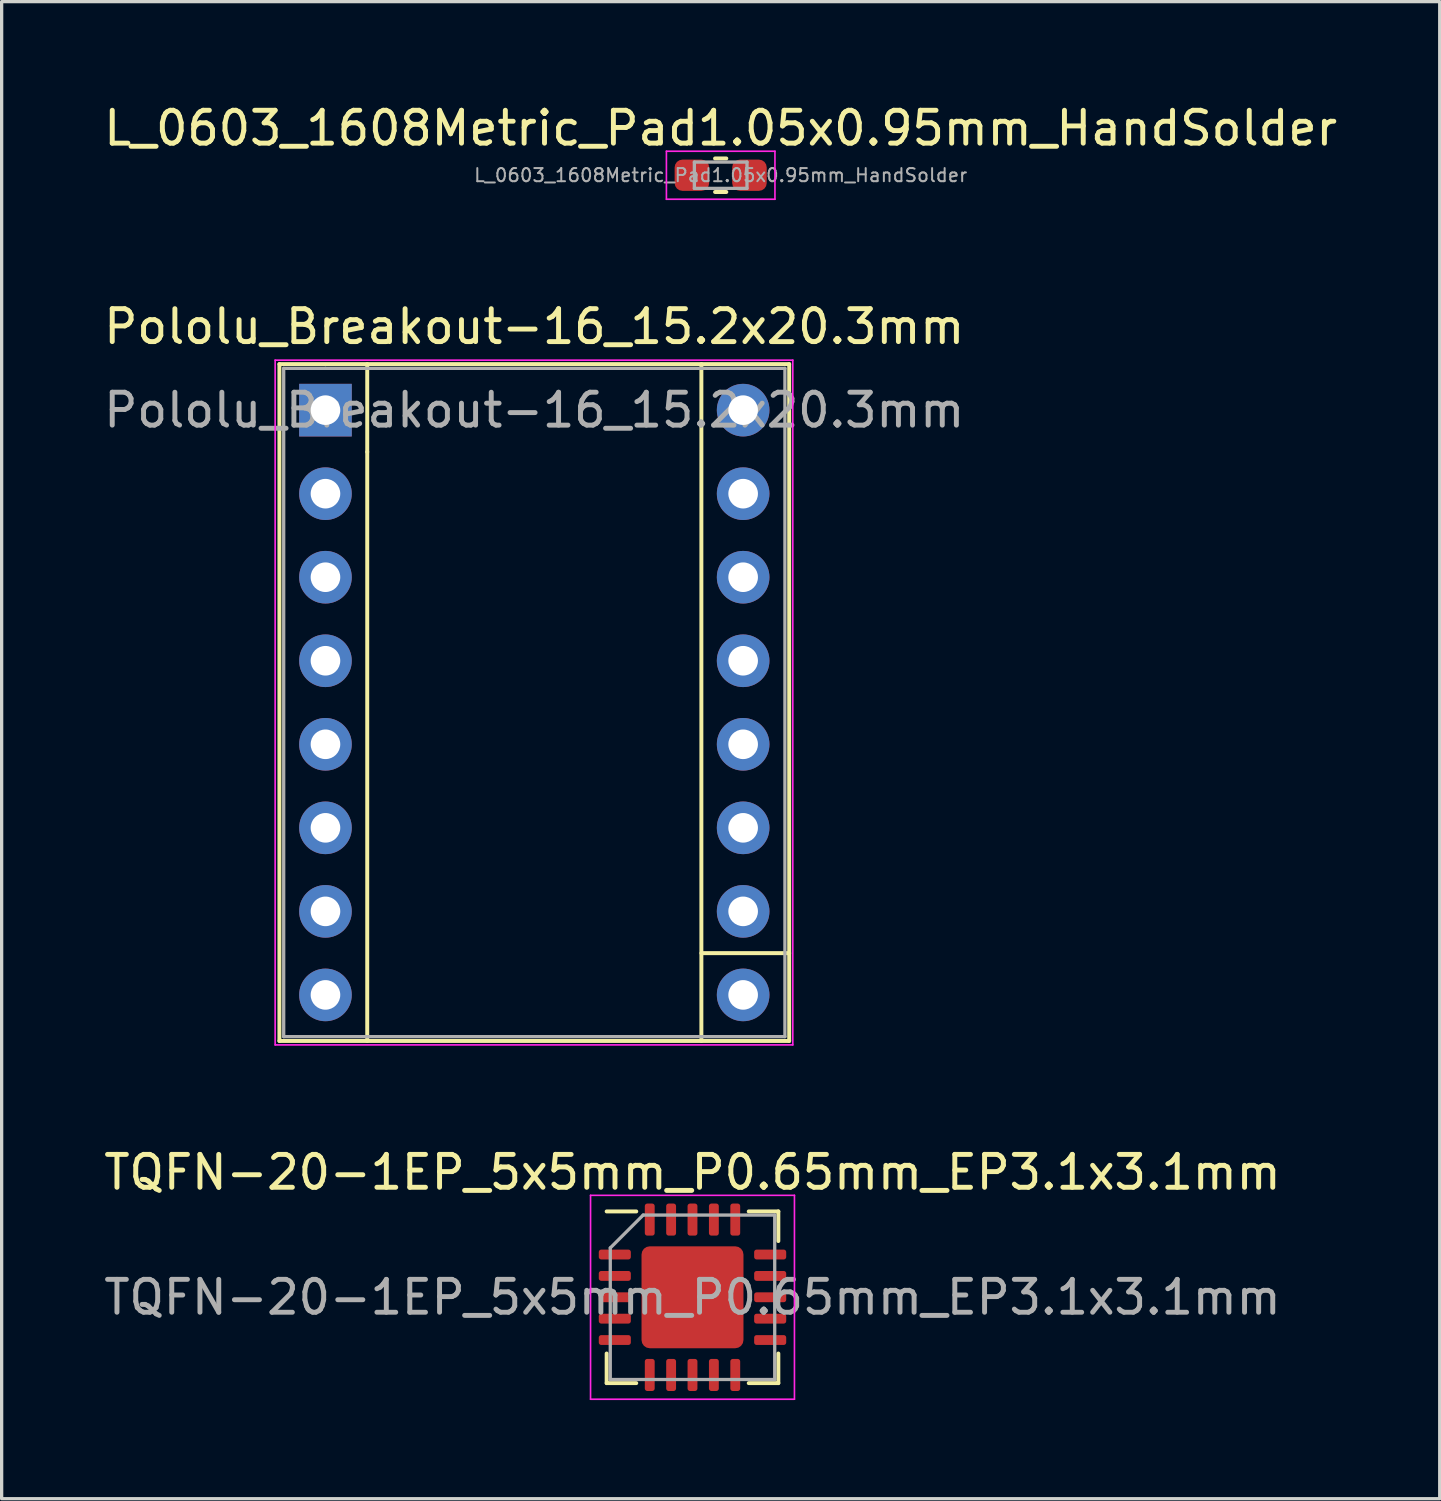
<source format=kicad_pcb>
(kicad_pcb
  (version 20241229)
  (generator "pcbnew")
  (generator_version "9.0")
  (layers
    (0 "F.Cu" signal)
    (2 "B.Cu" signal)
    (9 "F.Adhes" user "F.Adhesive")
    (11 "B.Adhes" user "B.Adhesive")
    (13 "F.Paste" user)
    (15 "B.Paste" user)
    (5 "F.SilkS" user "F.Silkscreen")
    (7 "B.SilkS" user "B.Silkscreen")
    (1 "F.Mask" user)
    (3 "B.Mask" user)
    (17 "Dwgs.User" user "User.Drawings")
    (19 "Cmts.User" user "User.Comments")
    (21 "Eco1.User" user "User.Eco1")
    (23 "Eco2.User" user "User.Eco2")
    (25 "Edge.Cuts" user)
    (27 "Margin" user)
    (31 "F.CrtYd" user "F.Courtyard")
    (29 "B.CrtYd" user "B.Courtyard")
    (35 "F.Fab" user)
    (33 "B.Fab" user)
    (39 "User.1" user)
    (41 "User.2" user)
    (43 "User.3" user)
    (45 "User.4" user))
  (footprint "Pololu_Breakout-16_15.2x20.3mm"
    (layer "F.Cu")
    (at 6.846 9.421)
    (property "Reference" "Pololu_Breakout-16_15.2x20.3mm" (at 6.35 -2.54 0) (layer "F.SilkS") (effects (font (size 1 1) (thickness 0.15))))
    (attr through_hole)
    (fp_line (start -1.4 -1.4) (end -1.4 19.18) (stroke (width 0.12) (type solid)) (layer "F.SilkS"))
    (fp_line (start -1.4 19.18) (end 14.1 19.18) (stroke (width 0.12) (type solid)) (layer "F.SilkS"))
    (fp_line (start 1.27 -1.4) (end 1.27 1.27) (stroke (width 0.12) (type solid)) (layer "F.SilkS"))
    (fp_line (start 1.27 1.27) (end 1.27 19.18) (stroke (width 0.12) (type solid)) (layer "F.SilkS"))
    (fp_line (start 11.43 -1.4) (end 11.43 19.18) (stroke (width 0.12) (type solid)) (layer "F.SilkS"))
    (fp_line (start 14.1 -1.4) (end -1.4 -1.4) (stroke (width 0.12) (type solid)) (layer "F.SilkS"))
    (fp_line (start 14.1 16.51) (end 11.43 16.51) (stroke (width 0.12) (type solid)) (layer "F.SilkS"))
    (fp_line (start 14.1 19.18) (end 14.1 -1.4) (stroke (width 0.12) (type solid)) (layer "F.SilkS"))
    (fp_line (start -1.53 -1.52) (end -1.53 19.3) (stroke (width 0.05) (type solid)) (layer "F.CrtYd"))
    (fp_line (start -1.53 -1.52) (end 14.21 -1.52) (stroke (width 0.05) (type solid)) (layer "F.CrtYd"))
    (fp_line (start 14.21 19.3) (end -1.53 19.3) (stroke (width 0.05) (type solid)) (layer "F.CrtYd"))
    (fp_line (start 14.21 19.3) (end 14.21 -1.52) (stroke (width 0.05) (type solid)) (layer "F.CrtYd"))
    (fp_line (start -1.27 -1.27) (end 0 -1.27) (stroke (width 0.1) (type solid)) (layer "F.Fab"))
    (fp_line (start -1.27 19.05) (end -1.27 -1.27) (stroke (width 0.1) (type solid)) (layer "F.Fab"))
    (fp_line (start 0 -1.27) (end 13.97 -1.27) (stroke (width 0.1) (type solid)) (layer "F.Fab"))
    (fp_line (start 13.97 -1.27) (end 13.97 19.05) (stroke (width 0.1) (type solid)) (layer "F.Fab"))
    (fp_line (start 13.97 19.05) (end -1.27 19.05) (stroke (width 0.1) (type solid)) (layer "F.Fab"))
    (fp_text user "${REFERENCE}" (at 6.35 0 0) (layer "F.Fab") (effects (font (size 1 1) (thickness 0.15))))
    (pad "1" thru_hole rect (at 0 0) (size 1.6 1.6) (drill 0.9) (layers "*.Cu" "*.Mask"))
    (pad "2" thru_hole oval (at 0 2.54) (size 1.6 1.6) (drill 0.9) (layers "*.Cu" "*.Mask"))
    (pad "3" thru_hole oval (at 0 5.08) (size 1.6 1.6) (drill 0.9) (layers "*.Cu" "*.Mask"))
    (pad "4" thru_hole oval (at 0 7.62) (size 1.6 1.6) (drill 0.9) (layers "*.Cu" "*.Mask"))
    (pad "5" thru_hole oval (at 0 10.16) (size 1.6 1.6) (drill 0.9) (layers "*.Cu" "*.Mask"))
    (pad "6" thru_hole oval (at 0 12.7) (size 1.6 1.6) (drill 0.9) (layers "*.Cu" "*.Mask"))
    (pad "7" thru_hole oval (at 0 15.24) (size 1.6 1.6) (drill 0.9) (layers "*.Cu" "*.Mask"))
    (pad "8" thru_hole oval (at 0 17.78) (size 1.6 1.6) (drill 0.9) (layers "*.Cu" "*.Mask"))
    (pad "9" thru_hole oval (at 12.7 17.78) (size 1.6 1.6) (drill 0.9) (layers "*.Cu" "*.Mask"))
    (pad "10" thru_hole oval (at 12.7 15.24) (size 1.6 1.6) (drill 0.9) (layers "*.Cu" "*.Mask"))
    (pad "11" thru_hole oval (at 12.7 12.7) (size 1.6 1.6) (drill 0.9) (layers "*.Cu" "*.Mask"))
    (pad "12" thru_hole oval (at 12.7 10.16) (size 1.6 1.6) (drill 0.9) (layers "*.Cu" "*.Mask"))
    (pad "13" thru_hole oval (at 12.7 7.62) (size 1.6 1.6) (drill 0.9) (layers "*.Cu" "*.Mask"))
    (pad "14" thru_hole oval (at 12.7 5.08) (size 1.6 1.6) (drill 0.9) (layers "*.Cu" "*.Mask"))
    (pad "15" thru_hole oval (at 12.7 2.54) (size 1.6 1.6) (drill 0.9) (layers "*.Cu" "*.Mask"))
    (pad "16" thru_hole oval (at 12.7 0) (size 1.6 1.6) (drill 0.9) (layers "*.Cu" "*.Mask")))
  (footprint "TQFN-20-1EP_5x5mm_P0.65mm_EP3.1x3.1mm"
    (layer "F.Cu")
    (at 18.006 36.395)
    (property "Reference" "TQFN-20-1EP_5x5mm_P0.65mm_EP3.1x3.1mm" (at 0 -3.8 0) (layer "F.SilkS") (effects (font (size 1 1) (thickness 0.15))))
    (attr smd)
    (fp_line (start -2.61 2.61) (end -2.61 1.71) (stroke (width 0.12) (type solid)) (layer "F.SilkS"))
    (fp_line (start -1.71 -2.61) (end -2.61 -2.61) (stroke (width 0.12) (type solid)) (layer "F.SilkS"))
    (fp_line (start -1.71 2.61) (end -2.61 2.61) (stroke (width 0.12) (type solid)) (layer "F.SilkS"))
    (fp_line (start 1.71 -2.61) (end 2.61 -2.61) (stroke (width 0.12) (type solid)) (layer "F.SilkS"))
    (fp_line (start 1.71 2.61) (end 2.61 2.61) (stroke (width 0.12) (type solid)) (layer "F.SilkS"))
    (fp_line (start 2.61 -2.61) (end 2.61 -1.71) (stroke (width 0.12) (type solid)) (layer "F.SilkS"))
    (fp_line (start 2.61 2.61) (end 2.61 1.71) (stroke (width 0.12) (type solid)) (layer "F.SilkS"))
    (fp_line (start -3.1 -3.1) (end -3.1 3.1) (stroke (width 0.05) (type solid)) (layer "F.CrtYd"))
    (fp_line (start -3.1 3.1) (end 3.1 3.1) (stroke (width 0.05) (type solid)) (layer "F.CrtYd"))
    (fp_line (start 3.1 -3.1) (end -3.1 -3.1) (stroke (width 0.05) (type solid)) (layer "F.CrtYd"))
    (fp_line (start 3.1 3.1) (end 3.1 -3.1) (stroke (width 0.05) (type solid)) (layer "F.CrtYd"))
    (fp_line (start -2.5 -1.5) (end -1.5 -2.5) (stroke (width 0.1) (type solid)) (layer "F.Fab"))
    (fp_line (start -2.5 2.5) (end -2.5 -1.5) (stroke (width 0.1) (type solid)) (layer "F.Fab"))
    (fp_line (start -1.5 -2.5) (end 2.5 -2.5) (stroke (width 0.1) (type solid)) (layer "F.Fab"))
    (fp_line (start 2.5 -2.5) (end 2.5 2.5) (stroke (width 0.1) (type solid)) (layer "F.Fab"))
    (fp_line (start 2.5 2.5) (end -2.5 2.5) (stroke (width 0.1) (type solid)) (layer "F.Fab"))
    (fp_text user "${REFERENCE}" (at 0 0 0) (layer "F.Fab") (effects (font (size 1 1) (thickness 0.15))))
    (pad "" smd roundrect (at -0.775 -0.775) (size 1.25 1.25) (layers "F.Paste") (roundrect_rratio 0.2))
    (pad "" smd roundrect (at -0.775 0.775) (size 1.25 1.25) (layers "F.Paste") (roundrect_rratio 0.2))
    (pad "" smd roundrect (at 0.775 -0.775) (size 1.25 1.25) (layers "F.Paste") (roundrect_rratio 0.2))
    (pad "" smd roundrect (at 0.775 0.775) (size 1.25 1.25) (layers "F.Paste") (roundrect_rratio 0.2))
    (pad "1" smd roundrect (at -2.362 -1.3) (size 0.975 0.3) (layers "F.Cu" "F.Mask" "F.Paste") (roundrect_rratio 0.25))
    (pad "2" smd roundrect (at -2.362 -0.65) (size 0.975 0.3) (layers "F.Cu" "F.Mask" "F.Paste") (roundrect_rratio 0.25))
    (pad "3" smd roundrect (at -2.362 0) (size 0.975 0.3) (layers "F.Cu" "F.Mask" "F.Paste") (roundrect_rratio 0.25))
    (pad "4" smd roundrect (at -2.362 0.65) (size 0.975 0.3) (layers "F.Cu" "F.Mask" "F.Paste") (roundrect_rratio 0.25))
    (pad "5" smd roundrect (at -2.362 1.3) (size 0.975 0.3) (layers "F.Cu" "F.Mask" "F.Paste") (roundrect_rratio 0.25))
    (pad "6" smd roundrect (at -1.3 2.362) (size 0.3 0.975) (layers "F.Cu" "F.Mask" "F.Paste") (roundrect_rratio 0.25))
    (pad "7" smd roundrect (at -0.65 2.362) (size 0.3 0.975) (layers "F.Cu" "F.Mask" "F.Paste") (roundrect_rratio 0.25))
    (pad "8" smd roundrect (at 0 2.362) (size 0.3 0.975) (layers "F.Cu" "F.Mask" "F.Paste") (roundrect_rratio 0.25))
    (pad "9" smd roundrect (at 0.65 2.362) (size 0.3 0.975) (layers "F.Cu" "F.Mask" "F.Paste") (roundrect_rratio 0.25))
    (pad "10" smd roundrect (at 1.3 2.362) (size 0.3 0.975) (layers "F.Cu" "F.Mask" "F.Paste") (roundrect_rratio 0.25))
    (pad "11" smd roundrect (at 2.362 1.3) (size 0.975 0.3) (layers "F.Cu" "F.Mask" "F.Paste") (roundrect_rratio 0.25))
    (pad "12" smd roundrect (at 2.362 0.65) (size 0.975 0.3) (layers "F.Cu" "F.Mask" "F.Paste") (roundrect_rratio 0.25))
    (pad "13" smd roundrect (at 2.362 0) (size 0.975 0.3) (layers "F.Cu" "F.Mask" "F.Paste") (roundrect_rratio 0.25))
    (pad "14" smd roundrect (at 2.362 -0.65) (size 0.975 0.3) (layers "F.Cu" "F.Mask" "F.Paste") (roundrect_rratio 0.25))
    (pad "15" smd roundrect (at 2.362 -1.3) (size 0.975 0.3) (layers "F.Cu" "F.Mask" "F.Paste") (roundrect_rratio 0.25))
    (pad "16" smd roundrect (at 1.3 -2.362) (size 0.3 0.975) (layers "F.Cu" "F.Mask" "F.Paste") (roundrect_rratio 0.25))
    (pad "17" smd roundrect (at 0.65 -2.362) (size 0.3 0.975) (layers "F.Cu" "F.Mask" "F.Paste") (roundrect_rratio 0.25))
    (pad "18" smd roundrect (at 0 -2.362) (size 0.3 0.975) (layers "F.Cu" "F.Mask" "F.Paste") (roundrect_rratio 0.25))
    (pad "19" smd roundrect (at -0.65 -2.362) (size 0.3 0.975) (layers "F.Cu" "F.Mask" "F.Paste") (roundrect_rratio 0.25))
    (pad "20" smd roundrect (at -1.3 -2.362) (size 0.3 0.975) (layers "F.Cu" "F.Mask" "F.Paste") (roundrect_rratio 0.25))
    (pad "21" smd roundrect (at 0 0) (size 3.1 3.1) (layers "F.Cu" "F.Mask") (roundrect_rratio 0.081)))
  (footprint "L_0603_1608Metric_Pad1.05x0.95mm_HandSolder"
    (layer "F.Cu")
    (at 18.863 2.278)
    (property "Reference" "L_0603_1608Metric_Pad1.05x0.95mm_HandSolder" (at 0 -1.43 0) (layer "F.SilkS") (effects (font (size 1 1) (thickness 0.15))))
    (attr smd)
    (fp_line (start -0.171 -0.51) (end 0.171 -0.51) (stroke (width 0.12) (type solid)) (layer "F.SilkS"))
    (fp_line (start -0.171 0.51) (end 0.171 0.51) (stroke (width 0.12) (type solid)) (layer "F.SilkS"))
    (fp_line (start -1.65 -0.73) (end 1.65 -0.73) (stroke (width 0.05) (type solid)) (layer "F.CrtYd"))
    (fp_line (start -1.65 0.73) (end -1.65 -0.73) (stroke (width 0.05) (type solid)) (layer "F.CrtYd"))
    (fp_line (start 1.65 -0.73) (end 1.65 0.73) (stroke (width 0.05) (type solid)) (layer "F.CrtYd"))
    (fp_line (start 1.65 0.73) (end -1.65 0.73) (stroke (width 0.05) (type solid)) (layer "F.CrtYd"))
    (fp_line (start -0.8 -0.4) (end 0.8 -0.4) (stroke (width 0.1) (type solid)) (layer "F.Fab"))
    (fp_line (start -0.8 0.4) (end -0.8 -0.4) (stroke (width 0.1) (type solid)) (layer "F.Fab"))
    (fp_line (start 0.8 -0.4) (end 0.8 0.4) (stroke (width 0.1) (type solid)) (layer "F.Fab"))
    (fp_line (start 0.8 0.4) (end -0.8 0.4) (stroke (width 0.1) (type solid)) (layer "F.Fab"))
    (fp_text user "${REFERENCE}" (at 0 0 0) (layer "F.Fab") (effects (font (size 0.4 0.4) (thickness 0.06))))
    (pad "1" smd roundrect (at -0.875 0) (size 1.05 0.95) (layers "F.Cu" "F.Mask" "F.Paste") (roundrect_rratio 0.25))
    (pad "2" smd roundrect (at 0.875 0) (size 1.05 0.95) (layers "F.Cu" "F.Mask" "F.Paste") (roundrect_rratio 0.25)))
  (gr_rect
    (start -3 -3)
    (end 40.726 42.52)
    (stroke (width 0.1) (type default))
    (fill no)
    (layer "Edge.Cuts")))
</source>
